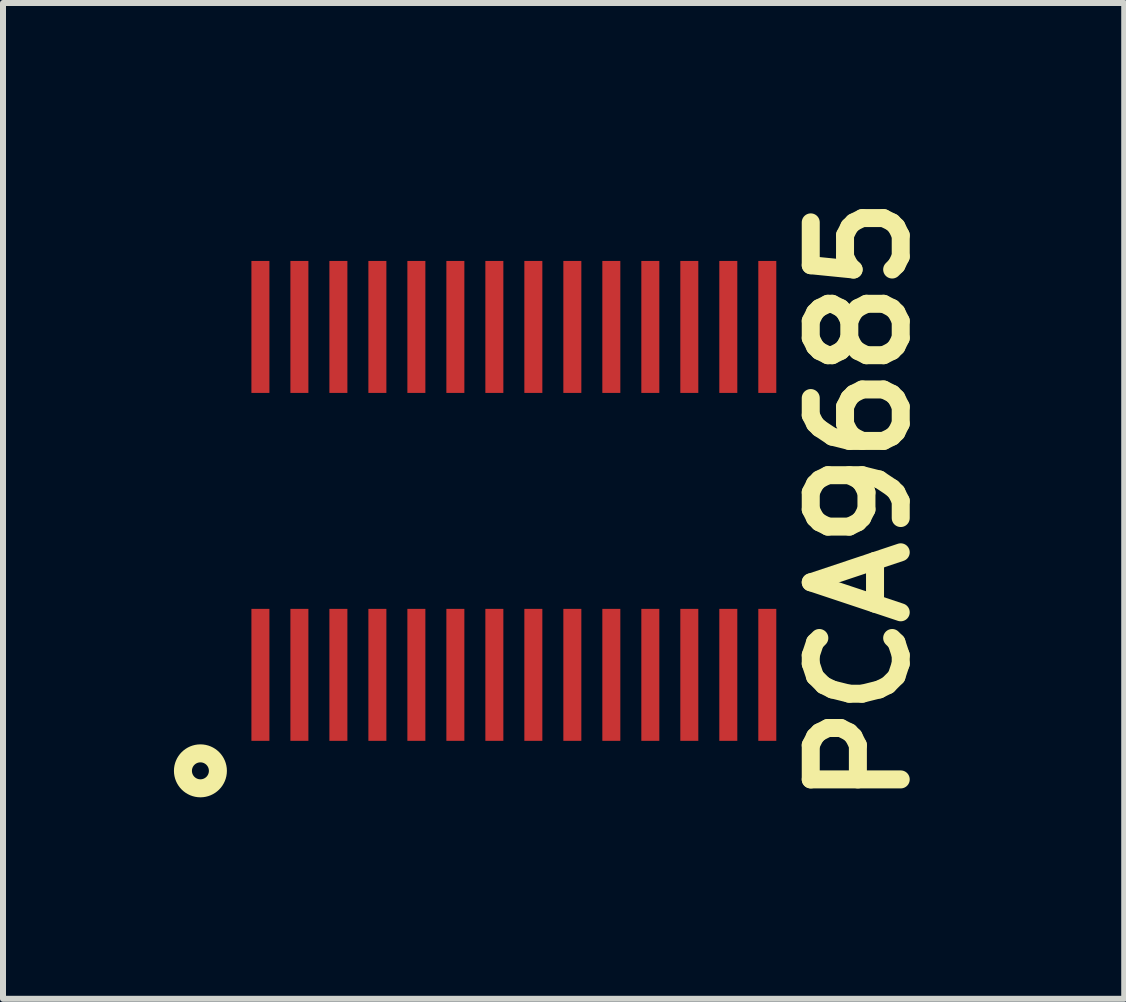
<source format=kicad_pcb>
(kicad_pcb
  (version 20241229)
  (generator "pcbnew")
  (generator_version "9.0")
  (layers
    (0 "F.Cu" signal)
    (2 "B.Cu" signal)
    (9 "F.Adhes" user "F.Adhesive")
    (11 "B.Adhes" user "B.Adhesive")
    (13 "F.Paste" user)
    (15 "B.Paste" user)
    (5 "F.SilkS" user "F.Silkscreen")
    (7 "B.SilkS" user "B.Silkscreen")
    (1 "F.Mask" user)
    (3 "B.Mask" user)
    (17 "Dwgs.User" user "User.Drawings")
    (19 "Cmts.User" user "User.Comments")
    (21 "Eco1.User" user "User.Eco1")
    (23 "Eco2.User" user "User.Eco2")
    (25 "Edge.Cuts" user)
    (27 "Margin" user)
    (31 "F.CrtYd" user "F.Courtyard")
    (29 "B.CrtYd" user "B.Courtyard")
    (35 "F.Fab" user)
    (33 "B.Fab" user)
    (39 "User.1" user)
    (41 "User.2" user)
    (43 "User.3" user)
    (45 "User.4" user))
  (footprint "PCA9685"
    (placed yes)
    (layer "F.Cu")
    (at 5.191 5.3)
    (property "Reference" "PCA9685" (at 6.096 0 90) (layer "F.SilkS") (effects (font (size 1.5 1.5) (thickness 0.3))))
    (attr through_hole)
    (fp_circle (center -4.9 4.5) (end -4.8 4.6) (stroke (width 0.3) (type solid)) (fill no) (layer "F.SilkS"))
    (pad "1" smd rect (at -3.9 2.9) (size 0.3 2.2) (layers "F.Cu" "F.Mask" "F.Paste"))
    (pad "2" smd rect (at -3.25 2.9) (size 0.3 2.2) (layers "F.Cu" "F.Mask" "F.Paste"))
    (pad "3" smd rect (at -2.6 2.9) (size 0.3 2.2) (layers "F.Cu" "F.Mask" "F.Paste"))
    (pad "4" smd rect (at -1.95 2.9) (size 0.3 2.2) (layers "F.Cu" "F.Mask" "F.Paste"))
    (pad "5" smd rect (at -1.3 2.9) (size 0.3 2.2) (layers "F.Cu" "F.Mask" "F.Paste"))
    (pad "6" smd rect (at -0.65 2.9) (size 0.3 2.2) (layers "F.Cu" "F.Mask" "F.Paste"))
    (pad "7" smd rect (at 0 2.9) (size 0.3 2.2) (layers "F.Cu" "F.Mask" "F.Paste"))
    (pad "8" smd rect (at 0.65 2.9) (size 0.3 2.2) (layers "F.Cu" "F.Mask" "F.Paste"))
    (pad "9" smd rect (at 1.3 2.9) (size 0.3 2.2) (layers "F.Cu" "F.Mask" "F.Paste"))
    (pad "10" smd rect (at 1.95 2.9) (size 0.3 2.2) (layers "F.Cu" "F.Mask" "F.Paste"))
    (pad "11" smd rect (at 2.6 2.9) (size 0.3 2.2) (layers "F.Cu" "F.Mask" "F.Paste"))
    (pad "12" smd rect (at 3.25 2.9) (size 0.3 2.2) (layers "F.Cu" "F.Mask" "F.Paste"))
    (pad "13" smd rect (at 3.9 2.9) (size 0.3 2.2) (layers "F.Cu" "F.Mask" "F.Paste"))
    (pad "14" smd rect (at 4.55 2.9) (size 0.3 2.2) (layers "F.Cu" "F.Mask" "F.Paste"))
    (pad "15" smd rect (at 4.55 -2.9) (size 0.3 2.2) (layers "F.Cu" "F.Mask" "F.Paste"))
    (pad "16" smd rect (at 3.9 -2.9) (size 0.3 2.2) (layers "F.Cu" "F.Mask" "F.Paste"))
    (pad "17" smd rect (at 3.25 -2.9) (size 0.3 2.2) (layers "F.Cu" "F.Mask" "F.Paste"))
    (pad "18" smd rect (at 2.6 -2.9) (size 0.3 2.2) (layers "F.Cu" "F.Mask" "F.Paste"))
    (pad "19" smd rect (at 1.95 -2.9) (size 0.3 2.2) (layers "F.Cu" "F.Mask" "F.Paste"))
    (pad "20" smd rect (at 1.3 -2.9) (size 0.3 2.2) (layers "F.Cu" "F.Mask" "F.Paste"))
    (pad "21" smd rect (at 0.65 -2.9) (size 0.3 2.2) (layers "F.Cu" "F.Mask" "F.Paste"))
    (pad "22" smd rect (at 0 -2.9) (size 0.3 2.2) (layers "F.Cu" "F.Mask" "F.Paste"))
    (pad "23" smd rect (at -0.65 -2.9) (size 0.3 2.2) (layers "F.Cu" "F.Mask" "F.Paste"))
    (pad "24" smd rect (at -1.3 -2.9) (size 0.3 2.2) (layers "F.Cu" "F.Mask" "F.Paste"))
    (pad "25" smd rect (at -1.95 -2.9) (size 0.3 2.2) (layers "F.Cu" "F.Mask" "F.Paste"))
    (pad "26" smd rect (at -2.6 -2.9) (size 0.3 2.2) (layers "F.Cu" "F.Mask" "F.Paste"))
    (pad "27" smd rect (at -3.25 -2.9) (size 0.3 2.2) (layers "F.Cu" "F.Mask" "F.Paste"))
    (pad "28" smd rect (at -3.9 -2.9) (size 0.3 2.2) (layers "F.Cu" "F.Mask" "F.Paste")))
  (gr_rect
    (start -3 -3)
    (end 15.691 13.6)
    (stroke (width 0.1) (type default))
    (fill no)
    (layer "Edge.Cuts")))
</source>
